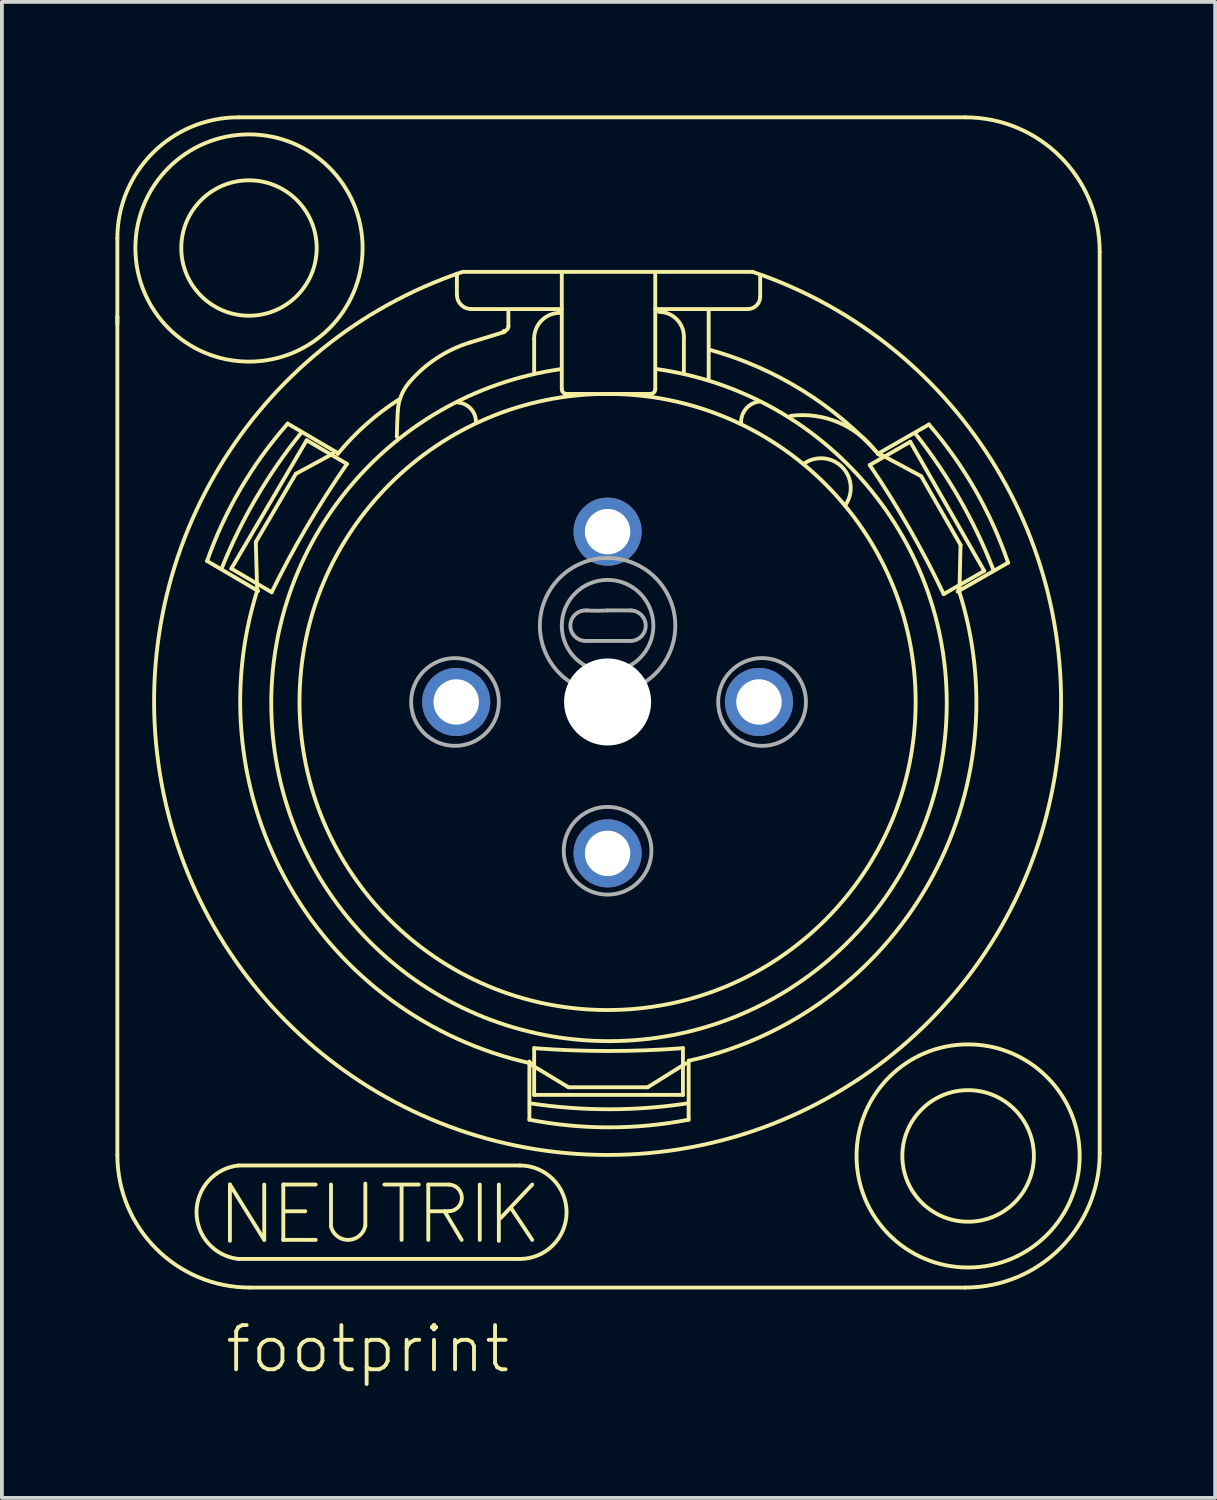
<source format=kicad_pcb>
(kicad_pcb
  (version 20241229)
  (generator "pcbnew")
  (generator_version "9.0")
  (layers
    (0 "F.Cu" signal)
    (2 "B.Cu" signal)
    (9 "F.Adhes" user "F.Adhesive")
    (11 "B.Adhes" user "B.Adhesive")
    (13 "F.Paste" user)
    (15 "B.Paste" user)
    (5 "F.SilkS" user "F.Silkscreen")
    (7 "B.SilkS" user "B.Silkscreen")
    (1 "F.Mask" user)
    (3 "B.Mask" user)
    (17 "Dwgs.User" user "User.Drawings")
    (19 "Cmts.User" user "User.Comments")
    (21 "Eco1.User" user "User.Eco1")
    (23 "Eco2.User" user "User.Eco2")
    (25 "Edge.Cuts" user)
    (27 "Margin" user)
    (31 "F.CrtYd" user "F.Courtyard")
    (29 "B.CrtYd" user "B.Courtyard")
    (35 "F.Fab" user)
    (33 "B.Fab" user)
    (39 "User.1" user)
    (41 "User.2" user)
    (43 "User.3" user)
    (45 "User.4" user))
  (footprint "footprint"
    (layer "F.Cu")
    (at 13.004 15.498)
    (property "Reference" "footprint" (at -10.16 17.78 0) (layer "F.SilkS") (effects (font (size 1.168 1.168) (thickness 0.102)) (justify left bottom)))
    (fp_line (start -12.953 -10.181) (end -12.953 -12.247) (stroke (width 0.102) (type solid)) (layer "F.SilkS"))
    (fp_line (start -12.953 -9.979) (end -12.953 -10.181) (stroke (width 0.102) (type solid)) (layer "F.SilkS"))
    (fp_line (start -12.953 11.97) (end -12.953 -10.181) (stroke (width 0.102) (type solid)) (layer "F.SilkS"))
    (fp_line (start -10.582 -3.725) (end -9.235 -2.934) (stroke (width 0.102) (type solid)) (layer "F.SilkS"))
    (fp_line (start -9.979 12.751) (end -9.072 14.213) (stroke (width 0.102) (type solid)) (layer "F.SilkS"))
    (fp_line (start -9.979 14.238) (end -9.979 12.751) (stroke (width 0.102) (type solid)) (layer "F.SilkS"))
    (fp_line (start -9.941 -3.524) (end -7.951 -6.915) (stroke (width 0.102) (type solid)) (layer "F.SilkS"))
    (fp_line (start -9.752 -15.448) (end 9.45 -15.448) (stroke (width 0.102) (type solid)) (layer "F.SilkS"))
    (fp_line (start -9.752 12.247) (end -2.318 12.247) (stroke (width 0.102) (type solid)) (layer "F.SilkS"))
    (fp_line (start -9.295 -4.226) (end -9.262 -3.038) (stroke (width 0.102) (type solid)) (layer "F.SilkS"))
    (fp_line (start -9.072 14.213) (end -9.072 12.751) (stroke (width 0.102) (type solid)) (layer "F.SilkS"))
    (fp_line (start -8.876 -2.899) (end -9.941 -3.524) (stroke (width 0.102) (type solid)) (layer "F.SilkS"))
    (fp_line (start -8.568 12.751) (end -8.568 14.213) (stroke (width 0.102) (type solid)) (layer "F.SilkS"))
    (fp_line (start -8.568 14.213) (end -7.711 14.213) (stroke (width 0.102) (type solid)) (layer "F.SilkS"))
    (fp_line (start -8.518 13.457) (end -7.988 13.457) (stroke (width 0.102) (type solid)) (layer "F.SilkS"))
    (fp_line (start -8.236 -6.03) (end -9.295 -4.226) (stroke (width 0.102) (type solid)) (layer "F.SilkS"))
    (fp_line (start -7.951 -6.915) (end -6.886 -6.29) (stroke (width 0.102) (type solid)) (layer "F.SilkS"))
    (fp_line (start -7.711 12.751) (end -8.568 12.751) (stroke (width 0.102) (type solid)) (layer "F.SilkS"))
    (fp_line (start -7.308 12.751) (end -7.308 13.86) (stroke (width 0.102) (type solid)) (layer "F.SilkS"))
    (fp_line (start -7.252 -6.563) (end -8.236 -6.03) (stroke (width 0.102) (type solid)) (layer "F.SilkS"))
    (fp_line (start -7.127 -6.577) (end -8.453 -7.355) (stroke (width 0.102) (type solid)) (layer "F.SilkS"))
    (fp_line (start -6.401 13.835) (end -6.401 12.726) (stroke (width 0.102) (type solid)) (layer "F.SilkS"))
    (fp_line (start -5.897 12.751) (end -4.99 12.751) (stroke (width 0.102) (type solid)) (layer "F.SilkS"))
    (fp_line (start -5.443 12.776) (end -5.443 14.213) (stroke (width 0.102) (type solid)) (layer "F.SilkS"))
    (fp_line (start -4.738 12.751) (end -4.183 12.751) (stroke (width 0.102) (type solid)) (layer "F.SilkS"))
    (fp_line (start -4.738 14.213) (end -4.738 12.751) (stroke (width 0.102) (type solid)) (layer "F.SilkS"))
    (fp_line (start -4.309 13.457) (end -4.687 13.457) (stroke (width 0.102) (type solid)) (layer "F.SilkS"))
    (fp_line (start -4.309 13.457) (end -3.856 14.213) (stroke (width 0.102) (type solid)) (layer "F.SilkS"))
    (fp_line (start -4.208 13.457) (end -4.309 13.457) (stroke (width 0.102) (type solid)) (layer "F.SilkS"))
    (fp_line (start -3.982 -11.315) (end -3.982 -10.76) (stroke (width 0.102) (type solid)) (layer "F.SilkS"))
    (fp_line (start -3.805 -11.365) (end 3.83 -11.365) (stroke (width 0.102) (type solid)) (layer "F.SilkS"))
    (fp_line (start -3.604 -10.382) (end -1.21 -10.382) (stroke (width 0.102) (type solid)) (layer "F.SilkS"))
    (fp_line (start -3.377 12.751) (end -3.377 14.213) (stroke (width 0.102) (type solid)) (layer "F.SilkS"))
    (fp_line (start -2.873 12.751) (end -2.873 14.238) (stroke (width 0.102) (type solid)) (layer "F.SilkS"))
    (fp_line (start -2.722 -9.778) (end -3.629 -9.5) (stroke (width 0.102) (type solid)) (layer "F.SilkS"))
    (fp_line (start -2.621 -10.307) (end -2.621 -9.929) (stroke (width 0.102) (type solid)) (layer "F.SilkS"))
    (fp_line (start -2.545 13.381) (end -1.991 14.213) (stroke (width 0.102) (type solid)) (layer "F.SilkS"))
    (fp_line (start -2.318 14.717) (end -9.752 14.717) (stroke (width 0.102) (type solid)) (layer "F.SilkS"))
    (fp_line (start -2.066 9.5) (end -2.066 11.038) (stroke (width 0.102) (type solid)) (layer "F.SilkS"))
    (fp_line (start -1.991 9.601) (end -1.033 10.181) (stroke (width 0.102) (type solid)) (layer "F.SilkS"))
    (fp_line (start -1.991 12.751) (end -2.822 13.633) (stroke (width 0.102) (type solid)) (layer "F.SilkS"))
    (fp_line (start -1.94 -8.719) (end -1.94 -9.601) (stroke (width 0.102) (type solid)) (layer "F.SilkS"))
    (fp_line (start -1.94 10.382) (end -1.94 9.148) (stroke (width 0.102) (type solid)) (layer "F.SilkS"))
    (fp_line (start -1.21 -11.315) (end -1.21 -8.266) (stroke (width 0.102) (type solid)) (layer "F.SilkS"))
    (fp_line (start -1.084 -8.14) (end 1.134 -8.14) (stroke (width 0.102) (type solid)) (layer "F.SilkS"))
    (fp_line (start -1.033 10.181) (end 1.058 10.181) (stroke (width 0.102) (type solid)) (layer "F.SilkS"))
    (fp_line (start 1.058 10.181) (end 2.066 9.551) (stroke (width 0.102) (type solid)) (layer "F.SilkS"))
    (fp_line (start 1.26 -10.382) (end 3.704 -10.382) (stroke (width 0.102) (type solid)) (layer "F.SilkS"))
    (fp_line (start 1.26 -8.266) (end 1.26 -11.315) (stroke (width 0.102) (type solid)) (layer "F.SilkS"))
    (fp_line (start 1.991 9.148) (end 1.991 10.382) (stroke (width 0.102) (type solid)) (layer "F.SilkS"))
    (fp_line (start 1.991 10.382) (end -1.94 10.382) (stroke (width 0.102) (type solid)) (layer "F.SilkS"))
    (fp_line (start 2.016 -8.694) (end 2.016 -9.652) (stroke (width 0.102) (type solid)) (layer "F.SilkS"))
    (fp_line (start 2.142 11.038) (end 2.142 9.475) (stroke (width 0.102) (type solid)) (layer "F.SilkS"))
    (fp_line (start 2.671 -8.543) (end 2.671 -10.332) (stroke (width 0.102) (type solid)) (layer "F.SilkS"))
    (fp_line (start 4.032 -10.71) (end 4.032 -11.239) (stroke (width 0.102) (type solid)) (layer "F.SilkS"))
    (fp_line (start 6.927 -6.261) (end 7.998 -6.875) (stroke (width 0.102) (type solid)) (layer "F.SilkS"))
    (fp_line (start 7.998 -6.875) (end 9.952 -3.463) (stroke (width 0.102) (type solid)) (layer "F.SilkS"))
    (fp_line (start 8.287 -5.965) (end 7.239 -6.527) (stroke (width 0.102) (type solid)) (layer "F.SilkS"))
    (fp_line (start 8.492 -7.332) (end 7.136 -6.555) (stroke (width 0.102) (type solid)) (layer "F.SilkS"))
    (fp_line (start 9.249 -2.916) (end 10.583 -3.68) (stroke (width 0.102) (type solid)) (layer "F.SilkS"))
    (fp_line (start 9.299 -3.031) (end 9.326 -4.15) (stroke (width 0.102) (type solid)) (layer "F.SilkS"))
    (fp_line (start 9.326 -4.15) (end 8.287 -5.965) (stroke (width 0.102) (type solid)) (layer "F.SilkS"))
    (fp_line (start 9.45 15.473) (end -9.45 15.473) (stroke (width 0.102) (type solid)) (layer "F.SilkS"))
    (fp_line (start 9.952 -3.463) (end 8.88 -2.85) (stroke (width 0.102) (type solid)) (layer "F.SilkS"))
    (fp_line (start 13.003 -11.894) (end 13.003 11.92) (stroke (width 0.102) (type solid)) (layer "F.SilkS"))
    (fp_arc (start -12.9528 -12.2472) (mid -12.015425 -14.510225) (end -9.7524 -15.4476) (stroke (width 0.1016) (type solid)) (layer "F.SilkS"))
    (fp_arc (start -10.5822 -3.7251) (mid -9.691784 -5.642311) (end -8.4526 -7.3549) (stroke (width 0.1016) (type solid)) (layer "F.SilkS"))
    (fp_arc (start -10.1872 -3.5518) (mid -9.279417 -5.400363) (end -8.1086 -7.0946) (stroke (width 0.1016) (type solid)) (layer "F.SilkS"))
    (fp_arc (start -9.7524 14.7168) (mid -10.861431 13.482) (end -9.7524 12.2472) (stroke (width 0.1016) (type solid)) (layer "F.SilkS"))
    (fp_arc (start -9.45 15.4728) (mid -11.926854 14.446854) (end -12.9528 11.97) (stroke (width 0.1016) (type solid)) (layer "F.SilkS"))
    (fp_arc (start -8.8756 -2.8991) (mid -7.945374 -4.632279) (end -6.8862 -6.2898) (stroke (width 0.1016) (type solid)) (layer "F.SilkS"))
    (fp_arc (start -7.1316 -6.552) (mid -6.381797 -7.333748) (end -5.5188 -7.9884) (stroke (width 0.1016) (type solid)) (layer "F.SilkS"))
    (fp_arc (start -6.400798 13.8348) (mid -6.844213 14.214098) (end -7.308 13.86) (stroke (width 0.1016) (type solid)) (layer "F.SilkS"))
    (fp_arc (start -5.5692 -7.0056) (mid -5.559696 -7.345915) (end -5.544 -7.686) (stroke (width 0.1016) (type solid)) (layer "F.SilkS"))
    (fp_arc (start -5.544 -7.686) (mid -5.454836 -8.088814) (end -5.2416 -8.442) (stroke (width 0.1016) (type solid)) (layer "F.SilkS"))
    (fp_arc (start -5.2416 -8.442) (mid -4.510913 -9.086572) (end -3.6288 -9.5004) (stroke (width 0.1016) (type solid)) (layer "F.SilkS"))
    (fp_arc (start -4.1832 12.7512) (mid -3.852274 13.116267) (end -4.208398 13.456799) (stroke (width 0.1016) (type solid)) (layer "F.SilkS"))
    (fp_arc (start -3.9564 -7.9128) (mid -3.619262 -7.753652) (end -3.477599 -7.408801) (stroke (width 0.1016) (type solid)) (layer "F.SilkS"))
    (fp_arc (start -3.6036 -10.3824) (mid -3.870886 -10.493114) (end -3.9816 -10.7604) (stroke (width 0.1016) (type solid)) (layer "F.SilkS"))
    (fp_arc (start -2.6208 -9.9288) (mid -2.657705 -9.839705) (end -2.7468 -9.8028) (stroke (width 0.1016) (type solid)) (layer "F.SilkS"))
    (fp_arc (start -2.3184 12.2472) (mid -1.0836 13.482) (end -2.3184 14.7168) (stroke (width 0.1016) (type solid)) (layer "F.SilkS"))
    (fp_arc (start -2.016001 9.550799) (mid -8.395454 4.884281) (end -9.2484 -2.9736) (stroke (width 0.1016) (type solid)) (layer "F.SilkS"))
    (fp_arc (start -1.9404 -9.6012) (mid -1.741115 -10.082315) (end -1.26 -10.2816) (stroke (width 0.1016) (type solid)) (layer "F.SilkS"))
    (fp_arc (start -1.0836 -8.1396) (mid -1.172695 -8.176505) (end -1.2096 -8.2656) (stroke (width 0.1016) (type solid)) (layer "F.SilkS"))
    (fp_arc (start 1.26 -8.2656) (mid 1.223095 -8.176505) (end 1.134 -8.1396) (stroke (width 0.1016) (type solid)) (layer "F.SilkS"))
    (fp_arc (start 1.3104 -8.7948) (mid 0.0378 8.961605) (end -1.2348 -8.7948) (stroke (width 0.1016) (type solid)) (layer "F.SilkS"))
    (fp_arc (start 1.3608 -10.3068) (mid 1.824096 -10.114896) (end 2.016 -9.6516) (stroke (width 0.1016) (type solid)) (layer "F.SilkS"))
    (fp_arc (start 1.9908 9.1476) (mid 0.0252 9.222351) (end -1.9404 9.1476) (stroke (width 0.1016) (type solid)) (layer "F.SilkS"))
    (fp_arc (start 2.0916 10.6092) (mid 0.0378 10.761684) (end -2.016 10.6092) (stroke (width 0.1016) (type solid)) (layer "F.SilkS"))
    (fp_arc (start 2.142 11.0376) (mid 0.0378 11.239782) (end -2.0664 11.0376) (stroke (width 0.1016) (type solid)) (layer "F.SilkS"))
    (fp_arc (start 2.721599 -9.2988) (mid 5.149852 -8.231484) (end 7.182 -6.5268) (stroke (width 0.1016) (type solid)) (layer "F.SilkS"))
    (fp_arc (start 3.528 -7.3584) (mid 3.652983 -7.742718) (end 4.006799 -7.937999) (stroke (width 0.1016) (type solid)) (layer "F.SilkS"))
    (fp_arc (start 3.8304 -11.3652) (mid 0 11.968781) (end -3.8304 -11.3652) (stroke (width 0.1016) (type solid)) (layer "F.SilkS"))
    (fp_arc (start 4.032 -10.71) (mid 3.936048 -10.478352) (end 3.7044 -10.3824) (stroke (width 0.1016) (type solid)) (layer "F.SilkS"))
    (fp_arc (start 4.8384 -7.56) (mid 6.084142 -7.392894) (end 7.0812 -6.6276) (stroke (width 0.1016) (type solid)) (layer "F.SilkS"))
    (fp_arc (start 5.1912 -6.3) (mid 6.201229 -6.203186) (end 6.274798 -5.191198) (stroke (width 0.1016) (type solid)) (layer "F.SilkS"))
    (fp_arc (start 6.9267 -6.2611) (mid 7.968417 -4.592549) (end 8.8804 -2.8497) (stroke (width 0.1016) (type solid)) (layer "F.SilkS"))
    (fp_arc (start 8.1449 -7.0749) (mid 9.297919 -5.368482) (end 10.1863 -3.5105) (stroke (width 0.1016) (type solid)) (layer "F.SilkS"))
    (fp_arc (start 8.4916 -7.3316) (mid 9.712792 -5.606128) (end 10.5831 -3.6797) (stroke (width 0.1016) (type solid)) (layer "F.SilkS"))
    (fp_arc (start 9.273599 -2.973601) (mid 8.469423 4.82008) (end 2.1672 9.4752) (stroke (width 0.1016) (type solid)) (layer "F.SilkS"))
    (fp_arc (start 9.45 -15.4476) (mid 11.962492 -14.406892) (end 13.0032 -11.8944) (stroke (width 0.1016) (type solid)) (layer "F.SilkS"))
    (fp_arc (start 13.0032 11.9196) (mid 11.962492 14.432092) (end 9.45 15.4728) (stroke (width 0.1016) (type solid)) (layer "F.SilkS"))
    (fp_circle (center -9.475 -11.995) (end -7.686 -11.995) (stroke (width 0.102) (type solid)) (fill no) (layer "F.SilkS"))
    (fp_circle (center -9.475 -11.995) (end -6.473 -11.995) (stroke (width 0.102) (type solid)) (fill no) (layer "F.SilkS"))
    (fp_circle (center 0 0) (end 8.14 0) (stroke (width 0.102) (type solid)) (fill no) (layer "F.SilkS"))
    (fp_circle (center 9.526 11.995) (end 11.264 11.995) (stroke (width 0.102) (type solid)) (fill no) (layer "F.SilkS"))
    (fp_circle (center 9.526 11.995) (end 12.474 11.995) (stroke (width 0.102) (type solid)) (fill no) (layer "F.SilkS"))
    (fp_line (start 0 -2.419) (end 0.605 -2.419) (stroke (width 0.102) (type solid)) (layer "F.Fab"))
    (fp_line (start 0.605 -1.613) (end -0.58 -1.613) (stroke (width 0.102) (type solid)) (layer "F.Fab"))
    (fp_arc (start -0.5796 -1.6128) (mid -0.982995 -2.029) (end -0.554398 -2.419198) (stroke (width 0.1016) (type solid)) (layer "F.Fab"))
    (fp_arc (start 0 -2.4192) (mid -0.2772 -2.41054) (end -0.5544 -2.4192) (stroke (width 0.1016) (type solid)) (layer "F.Fab"))
    (fp_arc (start 0.6048 -2.4192) (mid 1.008 -2.016) (end 0.6048 -1.6128) (stroke (width 0.1016) (type solid)) (layer "F.Fab"))
    (fp_circle (center -4.032 0) (end -2.873 0) (stroke (width 0.102) (type solid)) (fill no) (layer "F.Fab"))
    (fp_circle (center 0 -2.016) (end 1.21 -2.016) (stroke (width 0.102) (type solid)) (fill no) (layer "F.Fab"))
    (fp_circle (center 0 -2.016) (end 1.789 -2.016) (stroke (width 0.102) (type solid)) (fill no) (layer "F.Fab"))
    (fp_circle (center 0 3.931) (end 1.159 3.931) (stroke (width 0.102) (type solid)) (fill no) (layer "F.Fab"))
    (fp_circle (center 4.082 0) (end 5.242 0) (stroke (width 0.102) (type solid)) (fill no) (layer "F.Fab"))
    (pad "" np_thru_hole circle (at 0 0) (size 2.3 2.3) (drill 2.3) (layers "*.Cu" "*.Mask"))
    (pad "1" thru_hole circle (at -4 0) (size 1.8 1.8) (drill 1.2) (layers "*.Cu" "*.Mask"))
    (pad "2" thru_hole circle (at 4 0) (size 1.8 1.8) (drill 1.2) (layers "*.Cu" "*.Mask"))
    (pad "3" thru_hole circle (at 0 4) (size 1.8 1.8) (drill 1.2) (layers "*.Cu" "*.Mask"))
    (pad "G" thru_hole circle (at 0 -4.5) (size 1.8 1.8) (drill 1.2) (layers "*.Cu" "*.Mask")))
  (gr_rect
    (start -3 -3)
    (end 29.058 36.529)
    (stroke (width 0.1) (type default))
    (fill no)
    (layer "Edge.Cuts")))
</source>
